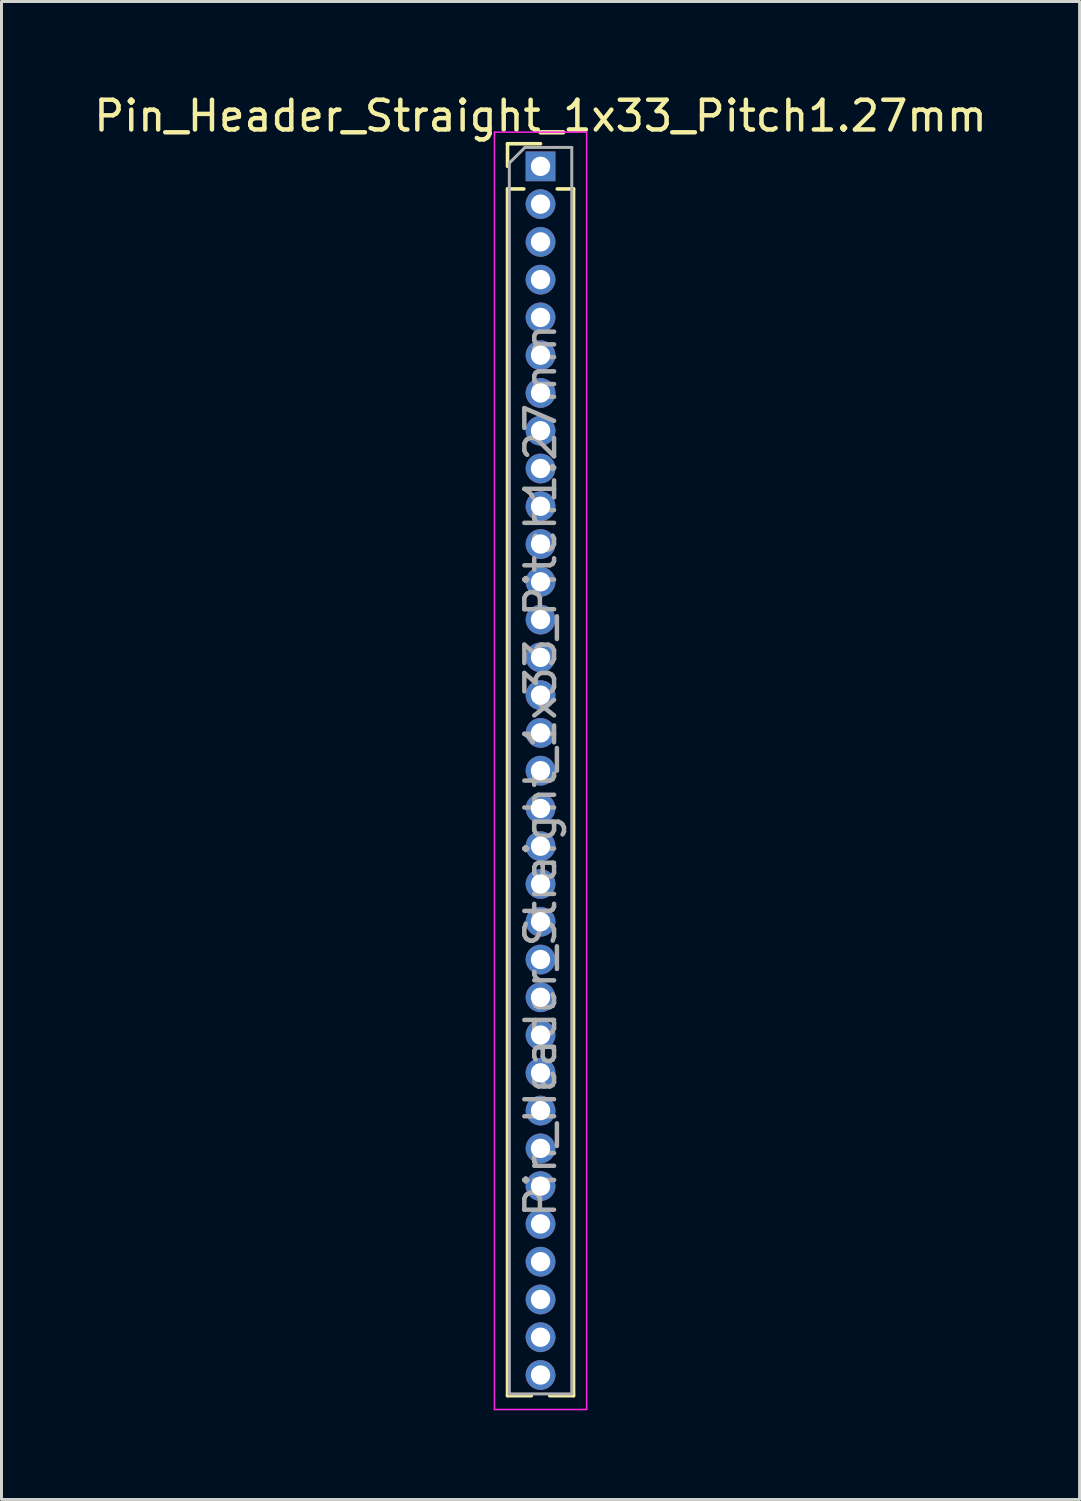
<source format=kicad_pcb>
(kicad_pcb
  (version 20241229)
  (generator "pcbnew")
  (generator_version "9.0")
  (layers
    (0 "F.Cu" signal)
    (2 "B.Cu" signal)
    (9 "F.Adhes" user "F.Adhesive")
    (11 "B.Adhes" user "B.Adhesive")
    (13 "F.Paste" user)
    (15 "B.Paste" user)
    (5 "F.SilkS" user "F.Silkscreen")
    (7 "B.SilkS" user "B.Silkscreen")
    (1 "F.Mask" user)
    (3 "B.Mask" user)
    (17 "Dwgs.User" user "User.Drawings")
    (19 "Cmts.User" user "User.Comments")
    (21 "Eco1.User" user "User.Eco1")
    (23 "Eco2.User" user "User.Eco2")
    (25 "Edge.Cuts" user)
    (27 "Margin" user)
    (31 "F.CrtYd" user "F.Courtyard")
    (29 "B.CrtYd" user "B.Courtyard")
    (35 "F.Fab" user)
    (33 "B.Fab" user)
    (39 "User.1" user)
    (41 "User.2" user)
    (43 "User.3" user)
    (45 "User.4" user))
  (footprint "Pin_Header_Straight_1x33_Pitch1.27mm"
    (layer "F.Cu")
    (at 15.125 2.543)
    (property "Reference" "Pin_Header_Straight_1x33_Pitch1.27mm" (at 0 -1.695 0) (layer "F.SilkS") (effects (font (size 1 1) (thickness 0.15))))
    (attr through_hole)
    (fp_line (start -1.11 -0.76) (end 0 -0.76) (stroke (width 0.12) (type solid)) (layer "F.SilkS"))
    (fp_line (start -1.11 0) (end -1.11 -0.76) (stroke (width 0.12) (type solid)) (layer "F.SilkS"))
    (fp_line (start -1.11 0.76) (end -1.11 41.335) (stroke (width 0.12) (type solid)) (layer "F.SilkS"))
    (fp_line (start -1.11 0.76) (end -0.563 0.76) (stroke (width 0.12) (type solid)) (layer "F.SilkS"))
    (fp_line (start -1.11 41.335) (end -0.308 41.335) (stroke (width 0.12) (type solid)) (layer "F.SilkS"))
    (fp_line (start 0.308 41.335) (end 1.11 41.335) (stroke (width 0.12) (type solid)) (layer "F.SilkS"))
    (fp_line (start 0.563 0.76) (end 1.11 0.76) (stroke (width 0.12) (type solid)) (layer "F.SilkS"))
    (fp_line (start 1.11 0.76) (end 1.11 41.335) (stroke (width 0.12) (type solid)) (layer "F.SilkS"))
    (fp_line (start -1.55 -1.15) (end -1.55 41.8) (stroke (width 0.05) (type solid)) (layer "F.CrtYd"))
    (fp_line (start -1.55 41.8) (end 1.55 41.8) (stroke (width 0.05) (type solid)) (layer "F.CrtYd"))
    (fp_line (start 1.55 -1.15) (end -1.55 -1.15) (stroke (width 0.05) (type solid)) (layer "F.CrtYd"))
    (fp_line (start 1.55 41.8) (end 1.55 -1.15) (stroke (width 0.05) (type solid)) (layer "F.CrtYd"))
    (fp_line (start -1.05 -0.11) (end -0.525 -0.635) (stroke (width 0.1) (type solid)) (layer "F.Fab"))
    (fp_line (start -1.05 41.275) (end -1.05 -0.11) (stroke (width 0.1) (type solid)) (layer "F.Fab"))
    (fp_line (start -0.525 -0.635) (end 1.05 -0.635) (stroke (width 0.1) (type solid)) (layer "F.Fab"))
    (fp_line (start 1.05 -0.635) (end 1.05 41.275) (stroke (width 0.1) (type solid)) (layer "F.Fab"))
    (fp_line (start 1.05 41.275) (end -1.05 41.275) (stroke (width 0.1) (type solid)) (layer "F.Fab"))
    (fp_text user "${REFERENCE}" (at 0 20.32 90) (layer "F.Fab") (effects (font (size 1 1) (thickness 0.15))))
    (pad "1" thru_hole rect (at 0 0) (size 1 1) (drill 0.65) (layers "*.Cu" "*.Mask"))
    (pad "2" thru_hole oval (at 0 1.27) (size 1 1) (drill 0.65) (layers "*.Cu" "*.Mask"))
    (pad "3" thru_hole oval (at 0 2.54) (size 1 1) (drill 0.65) (layers "*.Cu" "*.Mask"))
    (pad "4" thru_hole oval (at 0 3.81) (size 1 1) (drill 0.65) (layers "*.Cu" "*.Mask"))
    (pad "5" thru_hole oval (at 0 5.08) (size 1 1) (drill 0.65) (layers "*.Cu" "*.Mask"))
    (pad "6" thru_hole oval (at 0 6.35) (size 1 1) (drill 0.65) (layers "*.Cu" "*.Mask"))
    (pad "7" thru_hole oval (at 0 7.62) (size 1 1) (drill 0.65) (layers "*.Cu" "*.Mask"))
    (pad "8" thru_hole oval (at 0 8.89) (size 1 1) (drill 0.65) (layers "*.Cu" "*.Mask"))
    (pad "9" thru_hole oval (at 0 10.16) (size 1 1) (drill 0.65) (layers "*.Cu" "*.Mask"))
    (pad "10" thru_hole oval (at 0 11.43) (size 1 1) (drill 0.65) (layers "*.Cu" "*.Mask"))
    (pad "11" thru_hole oval (at 0 12.7) (size 1 1) (drill 0.65) (layers "*.Cu" "*.Mask"))
    (pad "12" thru_hole oval (at 0 13.97) (size 1 1) (drill 0.65) (layers "*.Cu" "*.Mask"))
    (pad "13" thru_hole oval (at 0 15.24) (size 1 1) (drill 0.65) (layers "*.Cu" "*.Mask"))
    (pad "14" thru_hole oval (at 0 16.51) (size 1 1) (drill 0.65) (layers "*.Cu" "*.Mask"))
    (pad "15" thru_hole oval (at 0 17.78) (size 1 1) (drill 0.65) (layers "*.Cu" "*.Mask"))
    (pad "16" thru_hole oval (at 0 19.05) (size 1 1) (drill 0.65) (layers "*.Cu" "*.Mask"))
    (pad "17" thru_hole oval (at 0 20.32) (size 1 1) (drill 0.65) (layers "*.Cu" "*.Mask"))
    (pad "18" thru_hole oval (at 0 21.59) (size 1 1) (drill 0.65) (layers "*.Cu" "*.Mask"))
    (pad "19" thru_hole oval (at 0 22.86) (size 1 1) (drill 0.65) (layers "*.Cu" "*.Mask"))
    (pad "20" thru_hole oval (at 0 24.13) (size 1 1) (drill 0.65) (layers "*.Cu" "*.Mask"))
    (pad "21" thru_hole oval (at 0 25.4) (size 1 1) (drill 0.65) (layers "*.Cu" "*.Mask"))
    (pad "22" thru_hole oval (at 0 26.67) (size 1 1) (drill 0.65) (layers "*.Cu" "*.Mask"))
    (pad "23" thru_hole oval (at 0 27.94) (size 1 1) (drill 0.65) (layers "*.Cu" "*.Mask"))
    (pad "24" thru_hole oval (at 0 29.21) (size 1 1) (drill 0.65) (layers "*.Cu" "*.Mask"))
    (pad "25" thru_hole oval (at 0 30.48) (size 1 1) (drill 0.65) (layers "*.Cu" "*.Mask"))
    (pad "26" thru_hole oval (at 0 31.75) (size 1 1) (drill 0.65) (layers "*.Cu" "*.Mask"))
    (pad "27" thru_hole oval (at 0 33.02) (size 1 1) (drill 0.65) (layers "*.Cu" "*.Mask"))
    (pad "28" thru_hole oval (at 0 34.29) (size 1 1) (drill 0.65) (layers "*.Cu" "*.Mask"))
    (pad "29" thru_hole oval (at 0 35.56) (size 1 1) (drill 0.65) (layers "*.Cu" "*.Mask"))
    (pad "30" thru_hole oval (at 0 36.83) (size 1 1) (drill 0.65) (layers "*.Cu" "*.Mask"))
    (pad "31" thru_hole oval (at 0 38.1) (size 1 1) (drill 0.65) (layers "*.Cu" "*.Mask"))
    (pad "32" thru_hole oval (at 0 39.37) (size 1 1) (drill 0.65) (layers "*.Cu" "*.Mask"))
    (pad "33" thru_hole oval (at 0 40.64) (size 1 1) (drill 0.65) (layers "*.Cu" "*.Mask")))
  (gr_rect
    (start -3 -3)
    (end 33.25 47.368)
    (stroke (width 0.1) (type default))
    (fill no)
    (layer "Edge.Cuts")))
</source>
